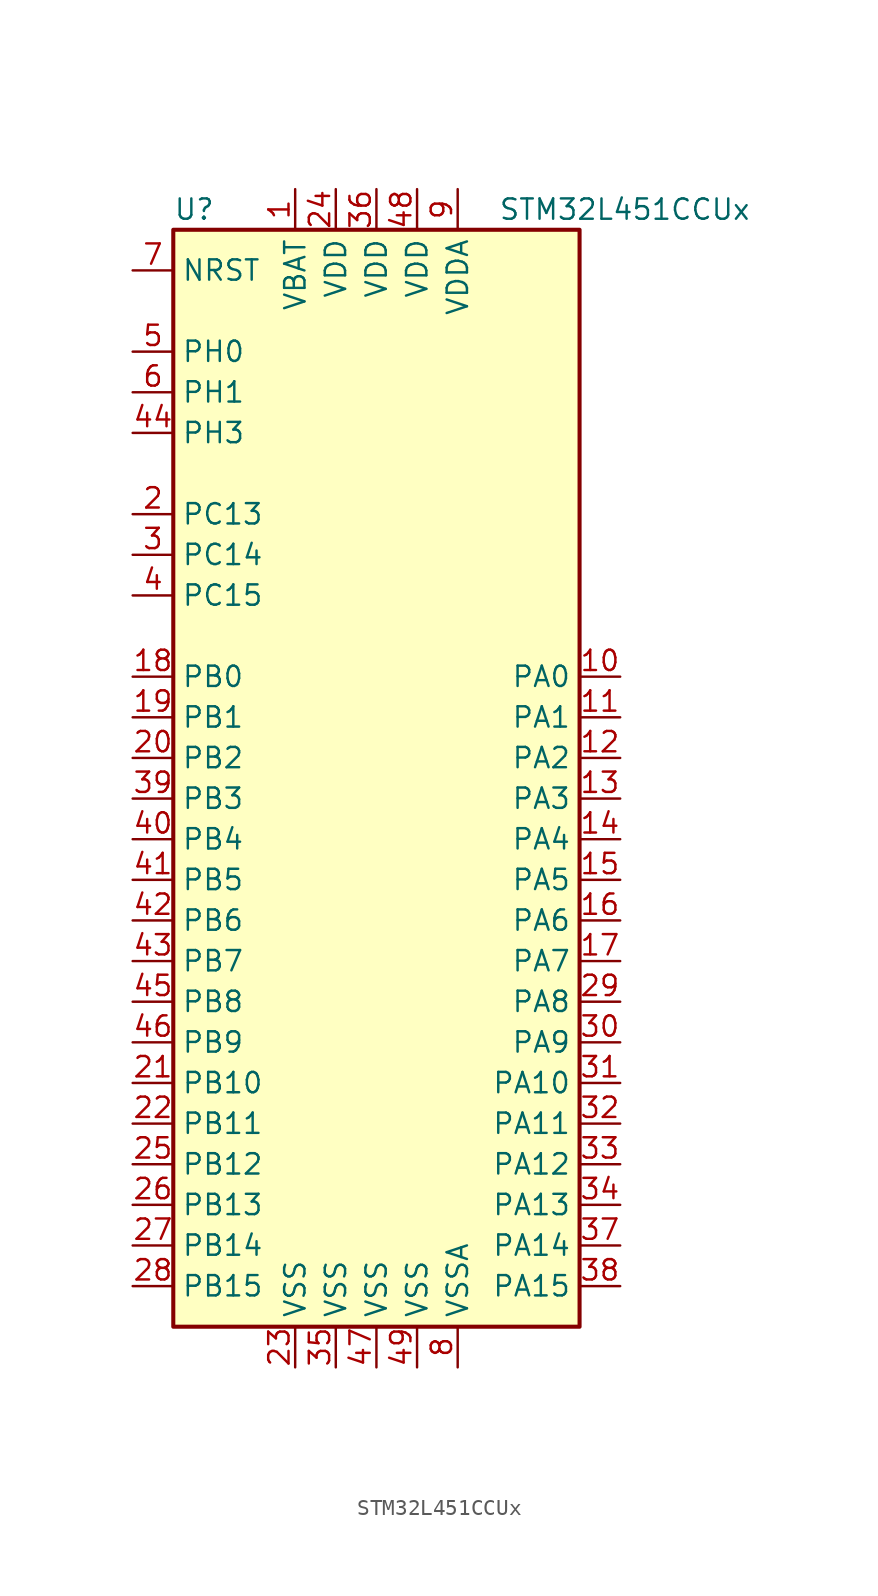
<source format=kicad_sym>
(kicad_symbol_lib
  (version 20201005)
  (generator kicad_symbol_editor)
  (symbol "MCU_ST_STM32L4:STM32L451CCUx"
    (property "Reference" "U"
      (at -12.7 34.29 0)
      (effects (font (size 1.27 1.27)) (justify left)))
    (property "Value" "STM32L451CCUx"
      (at 7.62 34.29 0)
      (effects (font (size 1.27 1.27)) (justify left)))
    (symbol "STM32L451CCUx_0_1"
      (rectangle (start -12.7 -35.56) (end 12.7 33.02) (stroke (width 0.254)) (fill (type background))))
    (symbol "STM32L451CCUx_1_1"
      (pin power_in line (at -5.08 35.56 270) (length 2.54) (name "VBAT" (effects (font (size 1.27 1.27)))) (number "1" (effects (font (size 1.27 1.27)))))
      (pin bidirectional line (at 15.24 5.08 180) (length 2.54) (name "PA0" (effects (font (size 1.27 1.27)))) (number "10" (effects (font (size 1.27 1.27)))))
      (pin bidirectional line (at 15.24 2.54 180) (length 2.54) (name "PA1" (effects (font (size 1.27 1.27)))) (number "11" (effects (font (size 1.27 1.27)))))
      (pin bidirectional line (at 15.24 0 180) (length 2.54) (name "PA2" (effects (font (size 1.27 1.27)))) (number "12" (effects (font (size 1.27 1.27)))))
      (pin bidirectional line (at 15.24 -2.54 180) (length 2.54) (name "PA3" (effects (font (size 1.27 1.27)))) (number "13" (effects (font (size 1.27 1.27)))))
      (pin bidirectional line (at 15.24 -5.08 180) (length 2.54) (name "PA4" (effects (font (size 1.27 1.27)))) (number "14" (effects (font (size 1.27 1.27)))))
      (pin bidirectional line (at 15.24 -7.62 180) (length 2.54) (name "PA5" (effects (font (size 1.27 1.27)))) (number "15" (effects (font (size 1.27 1.27)))))
      (pin bidirectional line (at 15.24 -10.16 180) (length 2.54) (name "PA6" (effects (font (size 1.27 1.27)))) (number "16" (effects (font (size 1.27 1.27)))))
      (pin bidirectional line (at 15.24 -12.7 180) (length 2.54) (name "PA7" (effects (font (size 1.27 1.27)))) (number "17" (effects (font (size 1.27 1.27)))))
      (pin bidirectional line (at -15.24 5.08 0) (length 2.54) (name "PB0" (effects (font (size 1.27 1.27)))) (number "18" (effects (font (size 1.27 1.27)))))
      (pin bidirectional line (at -15.24 2.54 0) (length 2.54) (name "PB1" (effects (font (size 1.27 1.27)))) (number "19" (effects (font (size 1.27 1.27)))))
      (pin bidirectional line (at -15.24 15.24 0) (length 2.54) (name "PC13" (effects (font (size 1.27 1.27)))) (number "2" (effects (font (size 1.27 1.27)))))
      (pin bidirectional line (at -15.24 0 0) (length 2.54) (name "PB2" (effects (font (size 1.27 1.27)))) (number "20" (effects (font (size 1.27 1.27)))))
      (pin bidirectional line (at -15.24 -20.32 0) (length 2.54) (name "PB10" (effects (font (size 1.27 1.27)))) (number "21" (effects (font (size 1.27 1.27)))))
      (pin bidirectional line (at -15.24 -22.86 0) (length 2.54) (name "PB11" (effects (font (size 1.27 1.27)))) (number "22" (effects (font (size 1.27 1.27)))))
      (pin power_in line (at -5.08 -38.1 90) (length 2.54) (name "VSS" (effects (font (size 1.27 1.27)))) (number "23" (effects (font (size 1.27 1.27)))))
      (pin power_in line (at -2.54 35.56 270) (length 2.54) (name "VDD" (effects (font (size 1.27 1.27)))) (number "24" (effects (font (size 1.27 1.27)))))
      (pin bidirectional line (at -15.24 -25.4 0) (length 2.54) (name "PB12" (effects (font (size 1.27 1.27)))) (number "25" (effects (font (size 1.27 1.27)))))
      (pin bidirectional line (at -15.24 -27.94 0) (length 2.54) (name "PB13" (effects (font (size 1.27 1.27)))) (number "26" (effects (font (size 1.27 1.27)))))
      (pin bidirectional line (at -15.24 -30.48 0) (length 2.54) (name "PB14" (effects (font (size 1.27 1.27)))) (number "27" (effects (font (size 1.27 1.27)))))
      (pin bidirectional line (at -15.24 -33.02 0) (length 2.54) (name "PB15" (effects (font (size 1.27 1.27)))) (number "28" (effects (font (size 1.27 1.27)))))
      (pin bidirectional line (at 15.24 -15.24 180) (length 2.54) (name "PA8" (effects (font (size 1.27 1.27)))) (number "29" (effects (font (size 1.27 1.27)))))
      (pin bidirectional line (at -15.24 12.7 0) (length 2.54) (name "PC14" (effects (font (size 1.27 1.27)))) (number "3" (effects (font (size 1.27 1.27)))))
      (pin bidirectional line (at 15.24 -17.78 180) (length 2.54) (name "PA9" (effects (font (size 1.27 1.27)))) (number "30" (effects (font (size 1.27 1.27)))))
      (pin bidirectional line (at 15.24 -20.32 180) (length 2.54) (name "PA10" (effects (font (size 1.27 1.27)))) (number "31" (effects (font (size 1.27 1.27)))))
      (pin bidirectional line (at 15.24 -22.86 180) (length 2.54) (name "PA11" (effects (font (size 1.27 1.27)))) (number "32" (effects (font (size 1.27 1.27)))))
      (pin bidirectional line (at 15.24 -25.4 180) (length 2.54) (name "PA12" (effects (font (size 1.27 1.27)))) (number "33" (effects (font (size 1.27 1.27)))))
      (pin bidirectional line (at 15.24 -27.94 180) (length 2.54) (name "PA13" (effects (font (size 1.27 1.27)))) (number "34" (effects (font (size 1.27 1.27)))))
      (pin power_in line (at -2.54 -38.1 90) (length 2.54) (name "VSS" (effects (font (size 1.27 1.27)))) (number "35" (effects (font (size 1.27 1.27)))))
      (pin power_in line (at 0 35.56 270) (length 2.54) (name "VDD" (effects (font (size 1.27 1.27)))) (number "36" (effects (font (size 1.27 1.27)))))
      (pin bidirectional line (at 15.24 -30.48 180) (length 2.54) (name "PA14" (effects (font (size 1.27 1.27)))) (number "37" (effects (font (size 1.27 1.27)))))
      (pin bidirectional line (at 15.24 -33.02 180) (length 2.54) (name "PA15" (effects (font (size 1.27 1.27)))) (number "38" (effects (font (size 1.27 1.27)))))
      (pin bidirectional line (at -15.24 -2.54 0) (length 2.54) (name "PB3" (effects (font (size 1.27 1.27)))) (number "39" (effects (font (size 1.27 1.27)))))
      (pin bidirectional line (at -15.24 10.16 0) (length 2.54) (name "PC15" (effects (font (size 1.27 1.27)))) (number "4" (effects (font (size 1.27 1.27)))))
      (pin bidirectional line (at -15.24 -5.08 0) (length 2.54) (name "PB4" (effects (font (size 1.27 1.27)))) (number "40" (effects (font (size 1.27 1.27)))))
      (pin bidirectional line (at -15.24 -7.62 0) (length 2.54) (name "PB5" (effects (font (size 1.27 1.27)))) (number "41" (effects (font (size 1.27 1.27)))))
      (pin bidirectional line (at -15.24 -10.16 0) (length 2.54) (name "PB6" (effects (font (size 1.27 1.27)))) (number "42" (effects (font (size 1.27 1.27)))))
      (pin bidirectional line (at -15.24 -12.7 0) (length 2.54) (name "PB7" (effects (font (size 1.27 1.27)))) (number "43" (effects (font (size 1.27 1.27)))))
      (pin bidirectional line (at -15.24 20.32 0) (length 2.54) (name "PH3" (effects (font (size 1.27 1.27)))) (number "44" (effects (font (size 1.27 1.27)))))
      (pin bidirectional line (at -15.24 -15.24 0) (length 2.54) (name "PB8" (effects (font (size 1.27 1.27)))) (number "45" (effects (font (size 1.27 1.27)))))
      (pin bidirectional line (at -15.24 -17.78 0) (length 2.54) (name "PB9" (effects (font (size 1.27 1.27)))) (number "46" (effects (font (size 1.27 1.27)))))
      (pin power_in line (at 0 -38.1 90) (length 2.54) (name "VSS" (effects (font (size 1.27 1.27)))) (number "47" (effects (font (size 1.27 1.27)))))
      (pin power_in line (at 2.54 35.56 270) (length 2.54) (name "VDD" (effects (font (size 1.27 1.27)))) (number "48" (effects (font (size 1.27 1.27)))))
      (pin power_in line (at 2.54 -38.1 90) (length 2.54) (name "VSS" (effects (font (size 1.27 1.27)))) (number "49" (effects (font (size 1.27 1.27)))))
      (pin input line (at -15.24 25.4 0) (length 2.54) (name "PH0" (effects (font (size 1.27 1.27)))) (number "5" (effects (font (size 1.27 1.27)))))
      (pin input line (at -15.24 22.86 0) (length 2.54) (name "PH1" (effects (font (size 1.27 1.27)))) (number "6" (effects (font (size 1.27 1.27)))))
      (pin input line (at -15.24 30.48 0) (length 2.54) (name "NRST" (effects (font (size 1.27 1.27)))) (number "7" (effects (font (size 1.27 1.27)))))
      (pin power_in line (at 5.08 -38.1 90) (length 2.54) (name "VSSA" (effects (font (size 1.27 1.27)))) (number "8" (effects (font (size 1.27 1.27)))))
      (pin power_in line (at 5.08 35.56 270) (length 2.54) (name "VDDA" (effects (font (size 1.27 1.27)))) (number "9" (effects (font (size 1.27 1.27))))))))
</source>
